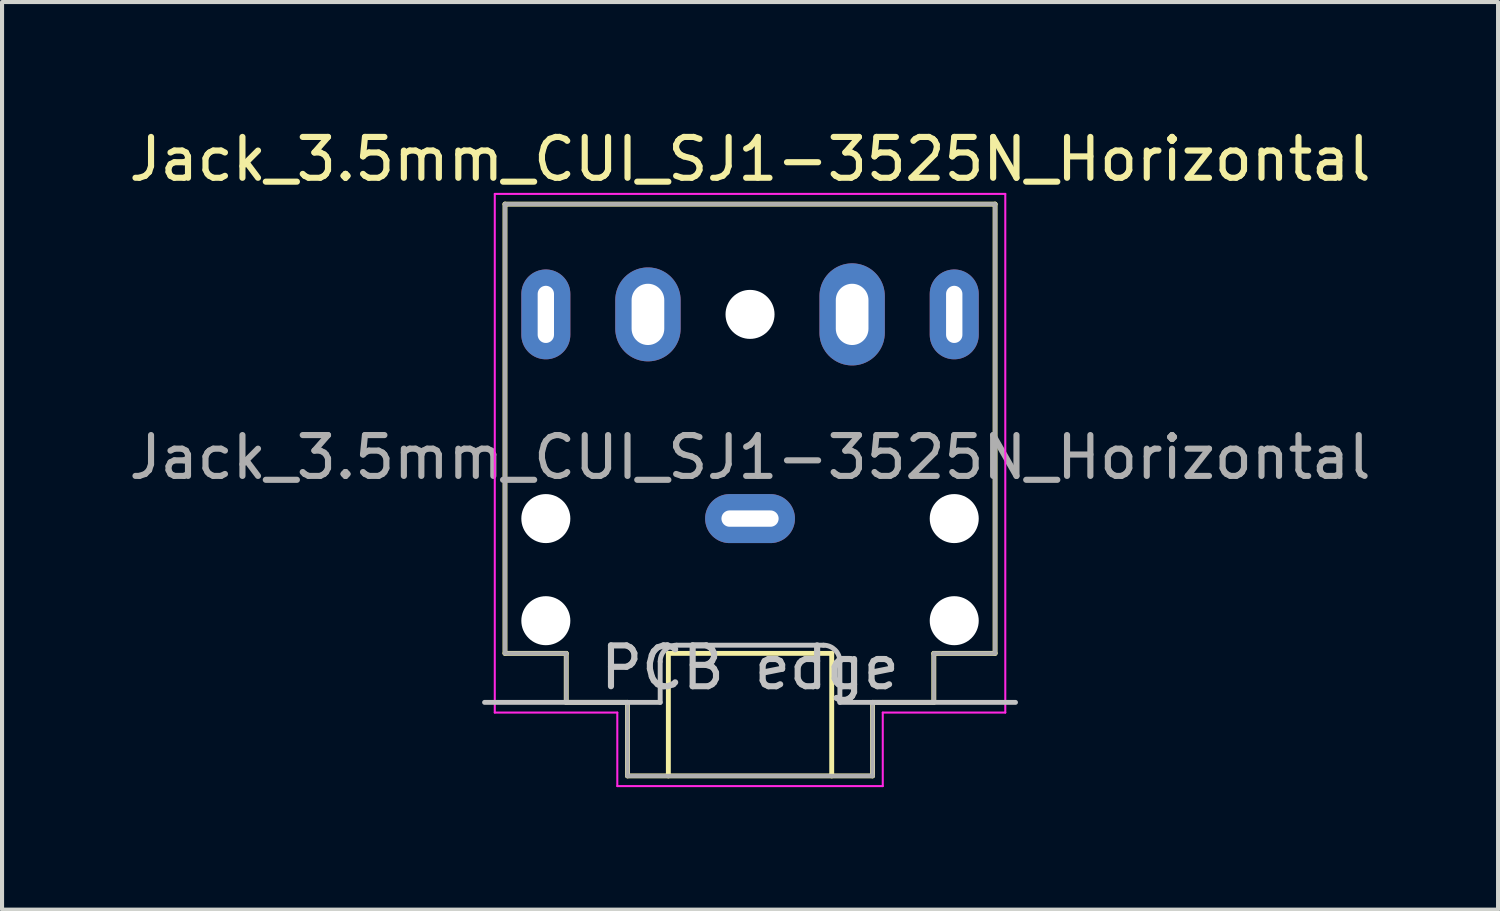
<source format=kicad_pcb>
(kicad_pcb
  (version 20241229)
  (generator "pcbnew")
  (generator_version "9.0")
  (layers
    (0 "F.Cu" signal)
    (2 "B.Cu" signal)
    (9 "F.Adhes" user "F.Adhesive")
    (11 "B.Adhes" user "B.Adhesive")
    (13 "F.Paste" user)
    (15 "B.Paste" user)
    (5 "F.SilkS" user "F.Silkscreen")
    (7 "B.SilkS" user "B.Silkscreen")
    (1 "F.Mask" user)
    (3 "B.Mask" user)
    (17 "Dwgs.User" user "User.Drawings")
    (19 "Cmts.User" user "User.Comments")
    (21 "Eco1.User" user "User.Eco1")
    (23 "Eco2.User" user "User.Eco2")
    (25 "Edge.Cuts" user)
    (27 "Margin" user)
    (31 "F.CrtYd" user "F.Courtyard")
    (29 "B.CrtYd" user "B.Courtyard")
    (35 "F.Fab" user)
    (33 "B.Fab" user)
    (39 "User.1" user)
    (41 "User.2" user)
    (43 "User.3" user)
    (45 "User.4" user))
  (footprint "Jack_3.5mm_CUI_SJ1-3525N_Horizontal"
    (layer "F.Cu")
    (at 15.315 9.648)
    (property "Reference" "Jack_3.5mm_CUI_SJ1-3525N_Horizontal" (at 0 -8.8 0) (layer "F.SilkS") (effects (font (size 1 1) (thickness 0.15))))
    (attr through_hole exclude_from_pos_files exclude_from_bom)
    (fp_line (start -6 -7.7) (end 6 -7.7) (stroke (width 0.12) (type solid)) (layer "F.SilkS"))
    (fp_line (start -6 3.3) (end -6 -7.7) (stroke (width 0.12) (type solid)) (layer "F.SilkS"))
    (fp_line (start -4.5 3.3) (end -6 3.3) (stroke (width 0.12) (type solid)) (layer "F.SilkS"))
    (fp_line (start -4.5 4.5) (end -4.5 3.3) (stroke (width 0.12) (type solid)) (layer "F.SilkS"))
    (fp_line (start -3 4.5) (end -4.5 4.5) (stroke (width 0.12) (type solid)) (layer "F.SilkS"))
    (fp_line (start -3 6.3) (end -3 4.5) (stroke (width 0.12) (type solid)) (layer "F.SilkS"))
    (fp_line (start -2 3.3) (end -2 6.3) (stroke (width 0.12) (type solid)) (layer "F.SilkS"))
    (fp_line (start 2 3.3) (end -2 3.3) (stroke (width 0.12) (type solid)) (layer "F.SilkS"))
    (fp_line (start 2 6.3) (end 2 3.3) (stroke (width 0.12) (type solid)) (layer "F.SilkS"))
    (fp_line (start 3 4.5) (end 3 6.3) (stroke (width 0.12) (type solid)) (layer "F.SilkS"))
    (fp_line (start 3 6.3) (end -3 6.3) (stroke (width 0.12) (type solid)) (layer "F.SilkS"))
    (fp_line (start 4.5 3.3) (end 4.5 4.5) (stroke (width 0.12) (type solid)) (layer "F.SilkS"))
    (fp_line (start 4.5 4.5) (end 3 4.5) (stroke (width 0.12) (type solid)) (layer "F.SilkS"))
    (fp_line (start 6 -7.7) (end 6 3.3) (stroke (width 0.12) (type solid)) (layer "F.SilkS"))
    (fp_line (start 6 3.3) (end 4.5 3.3) (stroke (width 0.12) (type solid)) (layer "F.SilkS"))
    (fp_line (start -2.2 3.5) (end -2.2 4.5) (stroke (width 0.12) (type solid)) (layer "Dwgs.User"))
    (fp_line (start -2.2 4.5) (end -6.5 4.5) (stroke (width 0.12) (type solid)) (layer "Dwgs.User"))
    (fp_line (start 1.8 3.1) (end -1.8 3.1) (stroke (width 0.12) (type solid)) (layer "Dwgs.User"))
    (fp_line (start 2.2 3.5) (end 2.2 4.5) (stroke (width 0.12) (type solid)) (layer "Dwgs.User"))
    (fp_line (start 2.2 4.5) (end 6.5 4.5) (stroke (width 0.12) (type solid)) (layer "Dwgs.User"))
    (fp_arc (start -2.2 3.5) (mid -2.082842 3.217158) (end -1.8 3.1) (stroke (width 0.12) (type solid)) (layer "Dwgs.User"))
    (fp_arc (start 1.8 3.1) (mid 2.082843 3.217157) (end 2.2 3.5) (stroke (width 0.12) (type solid)) (layer "Dwgs.User"))
    (fp_line (start -6.25 -7.95) (end -6.25 4.75) (stroke (width 0.05) (type solid)) (layer "F.CrtYd"))
    (fp_line (start -6.25 4.75) (end -3.25 4.75) (stroke (width 0.05) (type solid)) (layer "F.CrtYd"))
    (fp_line (start -3.25 4.75) (end -3.25 6.55) (stroke (width 0.05) (type solid)) (layer "F.CrtYd"))
    (fp_line (start -3.25 6.55) (end 3.25 6.55) (stroke (width 0.05) (type solid)) (layer "F.CrtYd"))
    (fp_line (start 3.25 4.75) (end 6.25 4.75) (stroke (width 0.05) (type solid)) (layer "F.CrtYd"))
    (fp_line (start 3.25 6.55) (end 3.25 4.75) (stroke (width 0.05) (type solid)) (layer "F.CrtYd"))
    (fp_line (start 6.25 -7.95) (end -6.25 -7.95) (stroke (width 0.05) (type solid)) (layer "F.CrtYd"))
    (fp_line (start 6.25 4.5) (end 6.25 -7.95) (stroke (width 0.05) (type solid)) (layer "F.CrtYd"))
    (fp_line (start 6.25 4.75) (end 6.25 4.5) (stroke (width 0.05) (type solid)) (layer "F.CrtYd"))
    (fp_line (start -6 -7.7) (end 6 -7.7) (stroke (width 0.1) (type solid)) (layer "F.Fab"))
    (fp_line (start -6 3.3) (end -6 -7.7) (stroke (width 0.1) (type solid)) (layer "F.Fab"))
    (fp_line (start -4.5 3.3) (end -6 3.3) (stroke (width 0.1) (type solid)) (layer "F.Fab"))
    (fp_line (start -4.5 4.5) (end -4.5 3.3) (stroke (width 0.1) (type solid)) (layer "F.Fab"))
    (fp_line (start -4.5 4.5) (end -3 4.5) (stroke (width 0.1) (type solid)) (layer "F.Fab"))
    (fp_line (start -3 4.5) (end -3 6.3) (stroke (width 0.1) (type solid)) (layer "F.Fab"))
    (fp_line (start -3 6.3) (end 3 6.3) (stroke (width 0.1) (type solid)) (layer "F.Fab"))
    (fp_line (start 3 4.5) (end 3 6.3) (stroke (width 0.1) (type solid)) (layer "F.Fab"))
    (fp_line (start 4.5 3.3) (end 6 3.3) (stroke (width 0.1) (type solid)) (layer "F.Fab"))
    (fp_line (start 4.5 4.5) (end 3 4.5) (stroke (width 0.1) (type solid)) (layer "F.Fab"))
    (fp_line (start 4.5 4.5) (end 4.5 3.3) (stroke (width 0.1) (type solid)) (layer "F.Fab"))
    (fp_line (start 6 3.3) (end 6 -7.7) (stroke (width 0.1) (type solid)) (layer "F.Fab"))
    (fp_text user "PCB edge" (at 0 3.65 0) (unlocked yes) (layer "Dwgs.User") (effects (font (size 1 1) (thickness 0.15))))
    (fp_text user "${REFERENCE}" (at 0 -1.5 0) (layer "F.Fab") (effects (font (size 1 1) (thickness 0.15))))
    (pad "" np_thru_hole circle (at -5 0) (size 1.2 1.2) (drill 1.2) (layers "*.Cu" "*.Mask"))
    (pad "" np_thru_hole circle (at -5 2.5) (size 1.2 1.2) (drill 1.2) (layers "*.Cu" "*.Mask"))
    (pad "" np_thru_hole circle (at 0 -5) (size 1.2 1.2) (drill 1.2) (layers "*.Cu" "*.Mask"))
    (pad "" np_thru_hole circle (at 5 0) (size 1.2 1.2) (drill 1.2) (layers "*.Cu" "*.Mask"))
    (pad "" np_thru_hole circle (at 5 2.5) (size 1.2 1.2) (drill 1.2) (layers "*.Cu" "*.Mask"))
    (pad "R" thru_hole oval (at -5 -5) (size 1.2 2.2) (drill oval 0.4 1.4) (layers "*.Cu" "*.Mask"))
    (pad "RN" thru_hole oval (at -2.5 -5) (size 1.6 2.3) (drill oval 0.8 1.5) (layers "*.Cu" "*.Mask"))
    (pad "S" thru_hole oval (at 0 0) (size 2.2 1.2) (drill oval 1.4 0.4) (layers "*.Cu" "*.Mask"))
    (pad "T" thru_hole oval (at 5 -5 180) (size 1.2 2.2) (drill oval 0.4 1.4) (layers "*.Cu" "*.Mask"))
    (pad "TN" thru_hole oval (at 2.5 -5 180) (size 1.6 2.5) (drill oval 0.8 1.5) (layers "*.Cu" "*.Mask")))
  (gr_rect
    (start -3 -3)
    (end 33.631 19.223)
    (stroke (width 0.1) (type default))
    (fill no)
    (layer "Edge.Cuts")))
</source>
